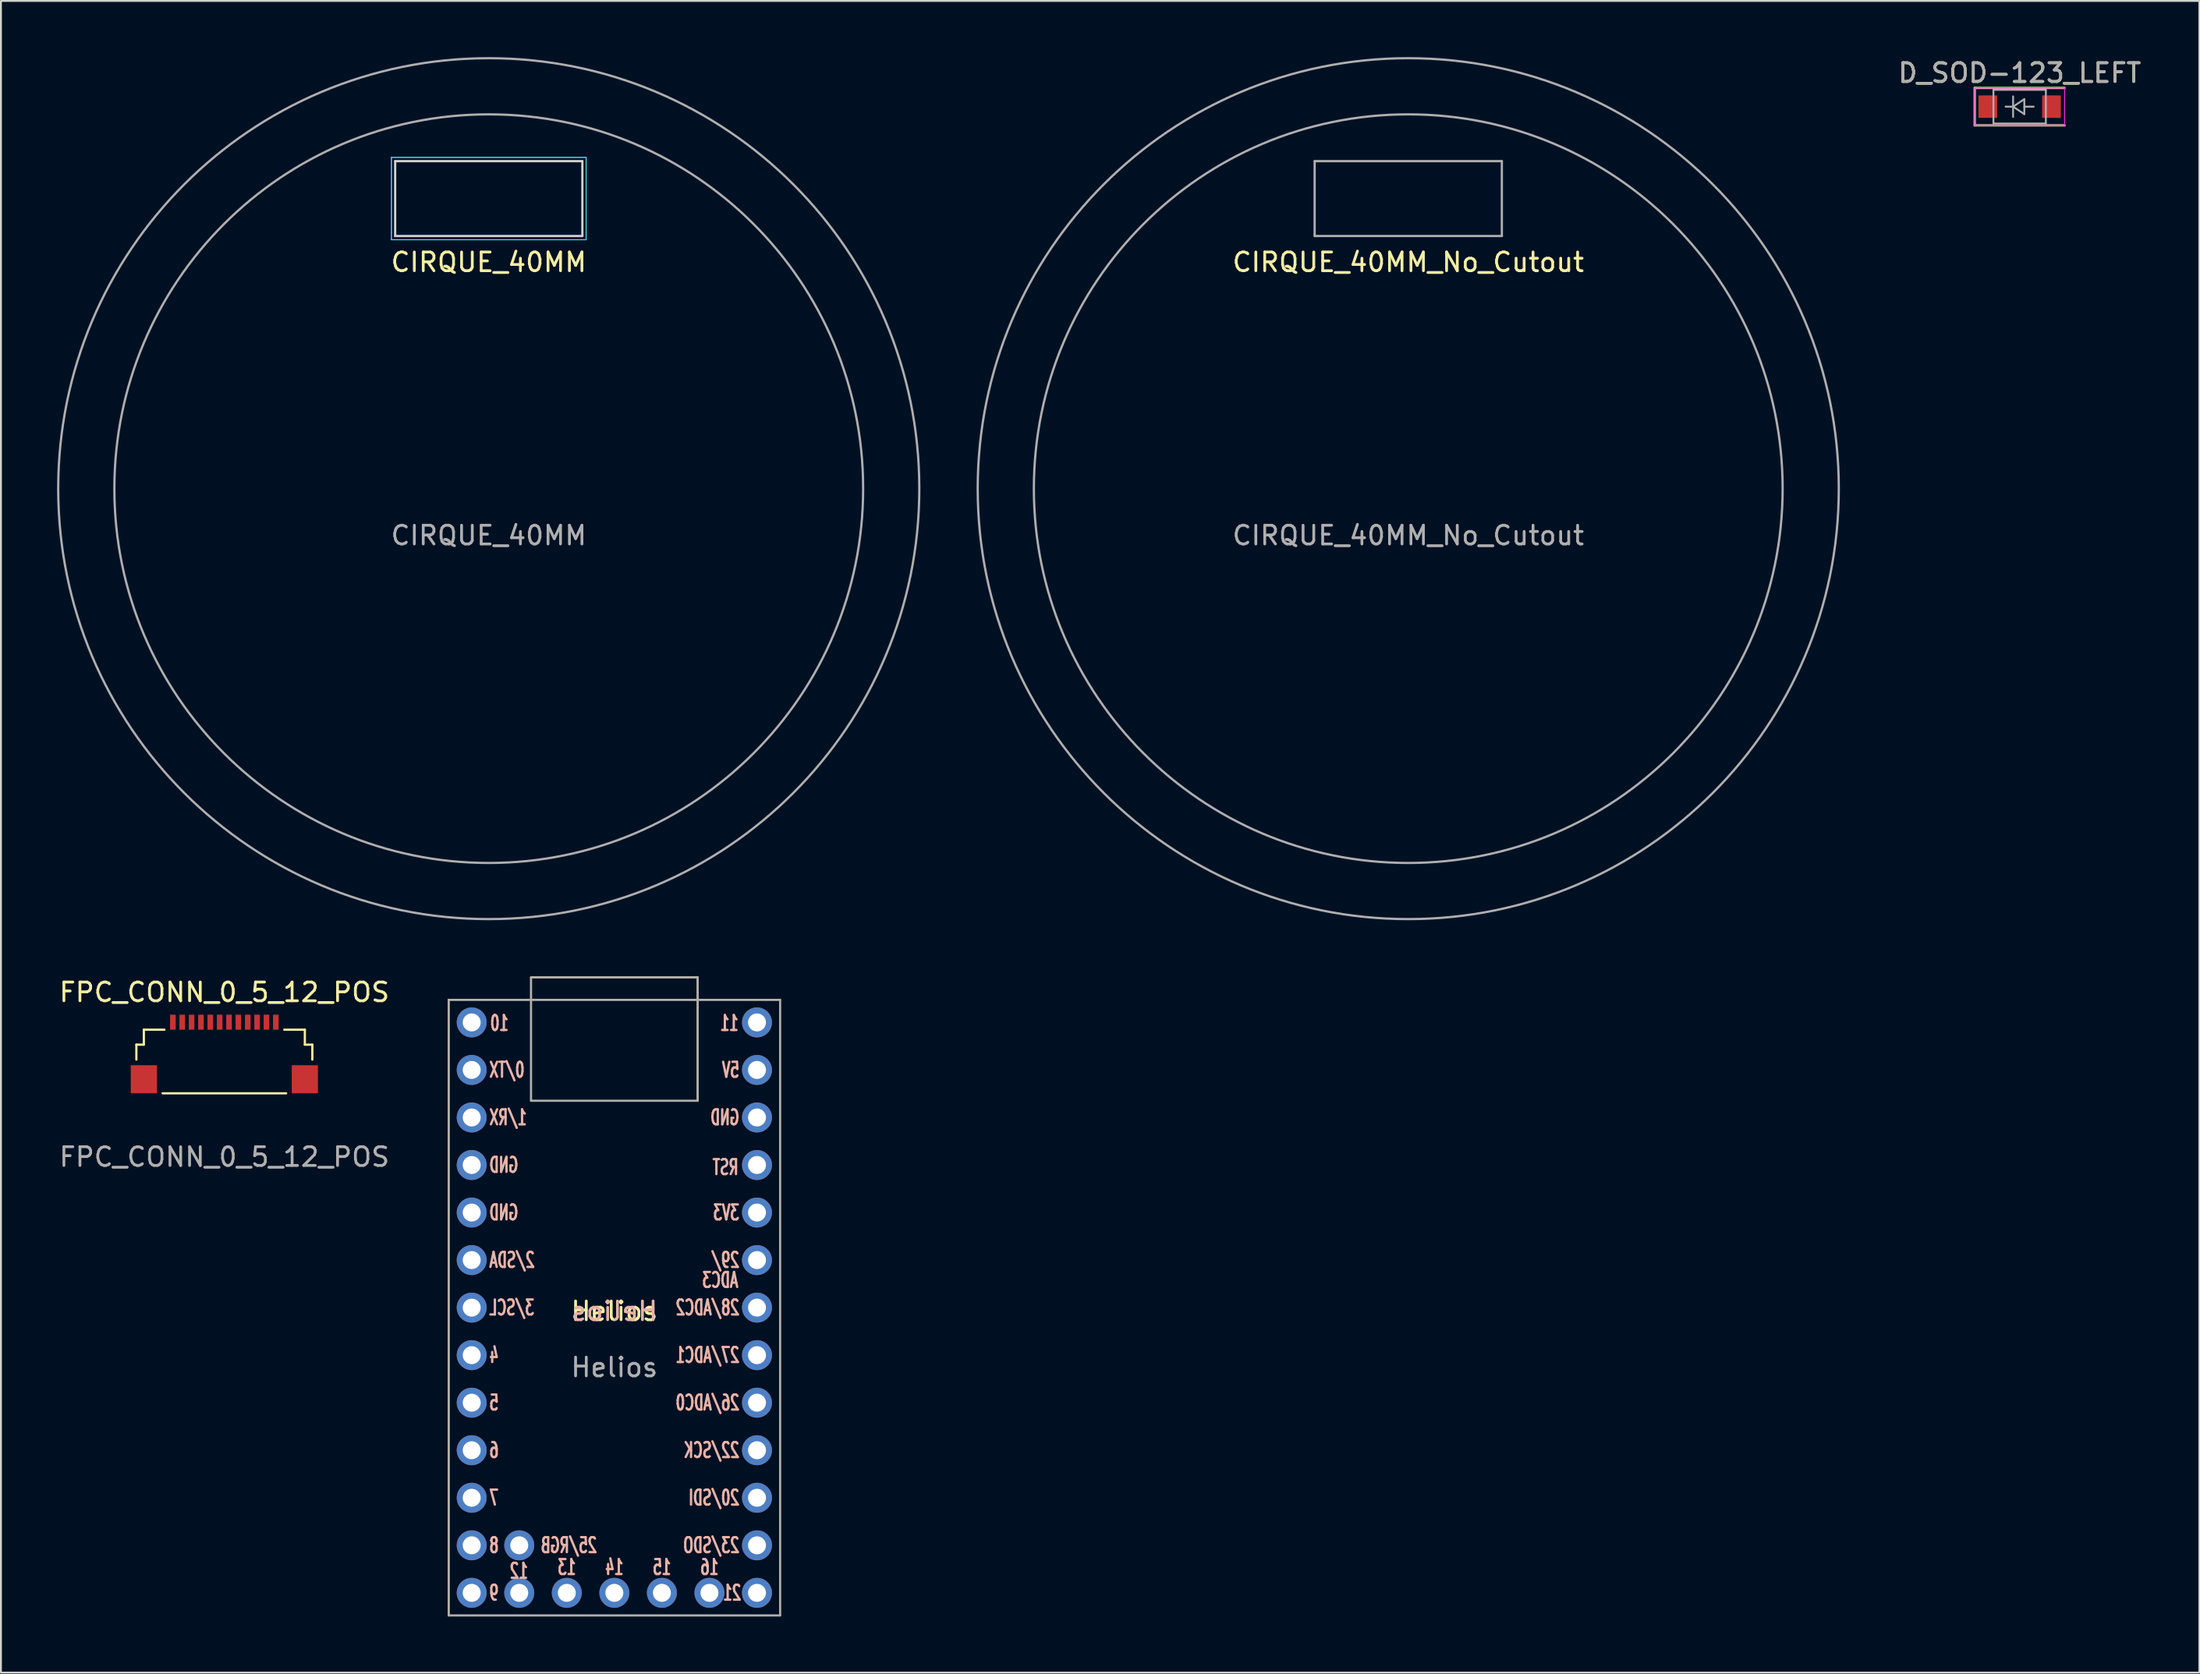
<source format=kicad_pcb>
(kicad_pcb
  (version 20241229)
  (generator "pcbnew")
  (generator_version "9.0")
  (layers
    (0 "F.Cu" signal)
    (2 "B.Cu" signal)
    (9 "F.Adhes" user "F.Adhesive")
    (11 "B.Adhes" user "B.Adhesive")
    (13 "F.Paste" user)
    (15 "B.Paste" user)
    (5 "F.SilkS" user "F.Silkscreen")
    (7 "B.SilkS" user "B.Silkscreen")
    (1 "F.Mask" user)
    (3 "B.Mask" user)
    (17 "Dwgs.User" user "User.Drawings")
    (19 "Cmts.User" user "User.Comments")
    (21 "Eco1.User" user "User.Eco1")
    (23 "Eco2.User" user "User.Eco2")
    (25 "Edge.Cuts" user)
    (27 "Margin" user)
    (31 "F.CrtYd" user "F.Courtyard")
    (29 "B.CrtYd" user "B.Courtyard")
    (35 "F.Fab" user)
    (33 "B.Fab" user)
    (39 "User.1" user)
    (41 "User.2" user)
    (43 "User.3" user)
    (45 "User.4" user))
  (footprint "CIRQUE_40MM"
    (layer "F.Cu")
    (at 23.06 23.06)
    (property "Reference" "CIRQUE_40MM" (at 0 -12.1 0) (unlocked yes) (layer "F.SilkS") (effects (font (size 1 1) (thickness 0.15))))
    (fp_line (start -5 -17.5) (end 5 -17.5) (stroke (width 0.12) (type solid)) (layer "Edge.Cuts"))
    (fp_line (start -5 -13.5) (end -5 -17.5) (stroke (width 0.12) (type solid)) (layer "Edge.Cuts"))
    (fp_line (start 5 -17.5) (end 5 -13.5) (stroke (width 0.12) (type solid)) (layer "Edge.Cuts"))
    (fp_line (start 5 -13.5) (end -5 -13.5) (stroke (width 0.12) (type solid)) (layer "Edge.Cuts"))
    (fp_line (start -5.2 -17.7) (end 5.2 -17.7) (stroke (width 0.05) (type solid)) (layer "B.CrtYd"))
    (fp_line (start -5.2 -13.3) (end -5.2 -17.7) (stroke (width 0.05) (type solid)) (layer "B.CrtYd"))
    (fp_line (start 5.2 -17.7) (end 5.2 -13.3) (stroke (width 0.05) (type solid)) (layer "B.CrtYd"))
    (fp_line (start 5.2 -13.3) (end -5.2 -13.3) (stroke (width 0.05) (type solid)) (layer "B.CrtYd"))
    (fp_line (start -5.2 -17.7) (end 5.2 -17.7) (stroke (width 0.05) (type solid)) (layer "F.CrtYd"))
    (fp_line (start -5.2 -13.3) (end -5.2 -17.7) (stroke (width 0.05) (type solid)) (layer "F.CrtYd"))
    (fp_line (start 5.2 -17.7) (end 5.2 -13.3) (stroke (width 0.05) (type solid)) (layer "F.CrtYd"))
    (fp_line (start 5.2 -13.3) (end -5.2 -13.3) (stroke (width 0.05) (type solid)) (layer "F.CrtYd"))
    (fp_circle (center 0 0) (end 20 0) (stroke (width 0.12) (type solid)) (fill no) (layer "F.Fab"))
    (fp_circle (center 0 0) (end 23 0) (stroke (width 0.12) (type solid)) (fill no) (layer "F.Fab"))
    (fp_text user "${REFERENCE}" (at 0 2.5 0) (unlocked yes) (layer "F.Fab") (effects (font (size 1 1) (thickness 0.15)))))
  (footprint "Helios"
    (layer "F.Cu")
    (at 29.769 66.82)
    (property "Reference" "Helios" (at 0 0.19 0) (unlocked yes) (layer "F.SilkS") (effects (font (size 1 1) (thickness 0.15))))
    (attr through_hole)
    (fp_line (start -8.85 -16.45) (end -8.85 16.45) (stroke (width 0.1) (type default)) (layer "F.SilkS"))
    (fp_line (start -8.85 16.45) (end 8.85 16.45) (stroke (width 0.1) (type default)) (layer "F.SilkS"))
    (fp_line (start -4.45 -17.65) (end 4.45 -17.65) (stroke (width 0.1) (type default)) (layer "F.SilkS"))
    (fp_line (start -4.45 -11.05) (end -4.45 -17.65) (stroke (width 0.1) (type default)) (layer "F.SilkS"))
    (fp_line (start 4.45 -17.65) (end 4.45 -11.05) (stroke (width 0.1) (type default)) (layer "F.SilkS"))
    (fp_line (start 4.45 -11.05) (end -4.45 -11.05) (stroke (width 0.1) (type default)) (layer "F.SilkS"))
    (fp_line (start 8.85 -16.45) (end -8.85 -16.45) (stroke (width 0.1) (type default)) (layer "F.SilkS"))
    (fp_line (start 8.85 16.45) (end 8.85 -16.45) (stroke (width 0.1) (type default)) (layer "F.SilkS"))
    (fp_line (start -8.85 -16.45) (end -8.85 16.45) (stroke (width 0.1) (type default)) (layer "F.Fab"))
    (fp_line (start -8.85 16.45) (end 8.85 16.45) (stroke (width 0.1) (type default)) (layer "F.Fab"))
    (fp_line (start -4.45 -17.65) (end 4.45 -17.65) (stroke (width 0.1) (type default)) (layer "F.Fab"))
    (fp_line (start -4.45 -11.05) (end -4.45 -17.65) (stroke (width 0.1) (type default)) (layer "F.Fab"))
    (fp_line (start 4.45 -17.65) (end 4.45 -11.05) (stroke (width 0.1) (type default)) (layer "F.Fab"))
    (fp_line (start 4.45 -11.05) (end -4.45 -11.05) (stroke (width 0.1) (type default)) (layer "F.Fab"))
    (fp_line (start 8.85 -16.45) (end -8.85 -16.45) (stroke (width 0.1) (type default)) (layer "F.Fab"))
    (fp_line (start 8.85 16.45) (end 8.85 -16.45) (stroke (width 0.1) (type default)) (layer "F.Fab"))
    (fp_text user "2/SDA" (at -6.75 -2.54 0) (layer "B.SilkS") (effects (font (size 0.8 0.5) (thickness 0.125)) (justify right mirror)))
    (fp_text user "3V3" (at 6.75 -5.08 0) (layer "B.SilkS") (effects (font (size 0.8 0.5) (thickness 0.125)) (justify left mirror)))
    (fp_text user "10" (at -6.7 -15.2 0) (layer "B.SilkS") (effects (font (size 0.8 0.5) (thickness 0.125)) (justify right mirror)))
    (fp_text user "3/SCL" (at -6.75 0 0) (layer "B.SilkS") (effects (font (size 0.8 0.5) (thickness 0.125)) (justify right mirror)))
    (fp_text user "15" (at 2.54 13.87 0) (layer "B.SilkS") (effects (font (size 0.8 0.5) (thickness 0.125)) (justify mirror)))
    (fp_text user "7" (at -6.75 10.16 0) (layer "B.SilkS") (effects (font (size 0.8 0.5) (thickness 0.125)) (justify right mirror)))
    (fp_text user "GND" (at 6.75 -10.16 0) (layer "B.SilkS") (effects (font (size 0.8 0.5) (thickness 0.125)) (justify left mirror)))
    (fp_text user "23/SDO" (at 6.75 12.7 0) (layer "B.SilkS") (effects (font (size 0.8 0.5) (thickness 0.125)) (justify left mirror)))
    (fp_text user "${REFERENCE}" (at 0 0.19 0) (unlocked yes) (layer "B.SilkS") (effects (font (size 1 1) (thickness 0.15)) (justify mirror)))
    (fp_text user "27/ADC1" (at 6.75 2.54 0) (layer "B.SilkS") (effects (font (size 0.8 0.5) (thickness 0.125)) (justify left mirror)))
    (fp_text user "ADC3" (at 6.69 -1.47 0) (layer "B.SilkS") (effects (font (size 0.8 0.5) (thickness 0.125)) (justify left mirror)))
    (fp_text user "21" (at 6.85 15.24 0) (layer "B.SilkS") (effects (font (size 0.8 0.5) (thickness 0.125)) (justify left mirror)))
    (fp_text user "GND" (at -6.75 -5.08 0) (layer "B.SilkS") (effects (font (size 0.8 0.5) (thickness 0.125)) (justify right mirror)))
    (fp_text user "13" (at -2.54 13.87 0) (layer "B.SilkS") (effects (font (size 0.8 0.5) (thickness 0.125)) (justify mirror)))
    (fp_text user "11" (at 6.7 -15.2 0) (unlocked yes) (layer "B.SilkS") (effects (font (size 0.8 0.5) (thickness 0.125)) (justify left mirror)))
    (fp_text user "12" (at -5.1 14.07 0) (layer "B.SilkS") (effects (font (size 0.8 0.5) (thickness 0.125)) (justify mirror)))
    (fp_text user "8" (at -6.75 12.7 0) (layer "B.SilkS") (effects (font (size 0.8 0.5) (thickness 0.125)) (justify right mirror)))
    (fp_text user "20/SDI" (at 6.75 10.16 0) (layer "B.SilkS") (effects (font (size 0.8 0.5) (thickness 0.125)) (justify left mirror)))
    (fp_text user "4" (at -6.75 2.54 0) (layer "B.SilkS") (effects (font (size 0.8 0.5) (thickness 0.125)) (justify right mirror)))
    (fp_text user "22/SCK" (at 6.75 7.62 0) (layer "B.SilkS") (effects (font (size 0.8 0.5) (thickness 0.125)) (justify left mirror)))
    (fp_text user "6" (at -6.75 7.62 0) (layer "B.SilkS") (effects (font (size 0.8 0.5) (thickness 0.125)) (justify right mirror)))
    (fp_text user "29/" (at 6.75 -2.54 0) (layer "B.SilkS") (effects (font (size 0.8 0.5) (thickness 0.125)) (justify left mirror)))
    (fp_text user "9" (at -6.75 15.24 0) (layer "B.SilkS") (effects (font (size 0.8 0.5) (thickness 0.125)) (justify right mirror)))
    (fp_text user "5" (at -6.75 5.08 0) (layer "B.SilkS") (effects (font (size 0.8 0.5) (thickness 0.125)) (justify right mirror)))
    (fp_text user "26/ADC0" (at 6.75 5.08 0) (layer "B.SilkS") (effects (font (size 0.8 0.5) (thickness 0.125)) (justify left mirror)))
    (fp_text user "GND" (at -6.75 -7.62 0) (layer "B.SilkS") (effects (font (size 0.8 0.5) (thickness 0.125)) (justify right mirror)))
    (fp_text user "16" (at 5.08 13.87 0) (layer "B.SilkS") (effects (font (size 0.8 0.5) (thickness 0.125)) (justify mirror)))
    (fp_text user "14" (at 0 13.87 0) (layer "B.SilkS") (effects (font (size 0.8 0.5) (thickness 0.125)) (justify mirror)))
    (fp_text user "0/TX" (at -6.75 -12.7 0) (layer "B.SilkS") (effects (font (size 0.8 0.5) (thickness 0.125)) (justify right mirror)))
    (fp_text user "1/RX" (at -6.75 -10.16 0) (layer "B.SilkS") (effects (font (size 0.8 0.5) (thickness 0.125)) (justify right mirror)))
    (fp_text user "5V" (at 6.75 -12.7 0) (unlocked yes) (layer "B.SilkS") (effects (font (size 0.8 0.5) (thickness 0.125)) (justify left mirror)))
    (fp_text user "28/ADC2" (at 6.75 0 0) (layer "B.SilkS") (effects (font (size 0.8 0.5) (thickness 0.125)) (justify left mirror)))
    (fp_text user "25/RGB" (at -4 12.7 0) (layer "B.SilkS") (effects (font (size 0.8 0.5) (thickness 0.125)) (justify right mirror)))
    (fp_text user "RST" (at 6.7 -7.5 0) (layer "B.SilkS") (effects (font (size 0.8 0.5) (thickness 0.125)) (justify left mirror)))
    (fp_text user "${REFERENCE}" (at 0 3.19 0) (unlocked yes) (layer "F.Fab") (effects (font (size 1 1) (thickness 0.15))))
    (pad "1" thru_hole circle (at -7.62 -15.24) (size 1.6 1.6) (drill 0.96) (layers "*.Cu" "*.Mask"))
    (pad "2" thru_hole circle (at -7.62 -12.7) (size 1.6 1.6) (drill 0.96) (layers "*.Cu" "*.Mask"))
    (pad "3" thru_hole circle (at -7.62 -10.16) (size 1.6 1.6) (drill 0.96) (layers "*.Cu" "*.Mask"))
    (pad "4" thru_hole circle (at -7.62 -7.62) (size 1.6 1.6) (drill 0.96) (layers "*.Cu" "*.Mask"))
    (pad "5" thru_hole circle (at -7.62 -5.08) (size 1.6 1.6) (drill 0.96) (layers "*.Cu" "*.Mask"))
    (pad "6" thru_hole circle (at -7.62 -2.54) (size 1.6 1.6) (drill 0.96) (layers "*.Cu" "*.Mask"))
    (pad "7" thru_hole circle (at -7.62 0) (size 1.6 1.6) (drill 0.96) (layers "*.Cu" "*.Mask"))
    (pad "8" thru_hole circle (at -7.62 2.54) (size 1.6 1.6) (drill 0.96) (layers "*.Cu" "*.Mask"))
    (pad "9" thru_hole circle (at -7.62 5.08) (size 1.6 1.6) (drill 0.96) (layers "*.Cu" "*.Mask"))
    (pad "10" thru_hole circle (at -7.62 7.62) (size 1.6 1.6) (drill 0.96) (layers "*.Cu" "*.Mask"))
    (pad "11" thru_hole circle (at -7.62 10.16) (size 1.6 1.6) (drill 0.96) (layers "*.Cu" "*.Mask"))
    (pad "12" thru_hole circle (at -7.62 12.7) (size 1.6 1.6) (drill 0.96) (layers "*.Cu" "*.Mask"))
    (pad "13" thru_hole circle (at -7.62 15.24) (size 1.6 1.6) (drill 0.96) (layers "*.Cu" "*.Mask"))
    (pad "14" thru_hole circle (at -5.08 15.24) (size 1.6 1.6) (drill 0.96) (layers "*.Cu" "*.Mask"))
    (pad "15" thru_hole circle (at -2.54 15.24) (size 1.6 1.6) (drill 0.96) (layers "*.Cu" "*.Mask"))
    (pad "16" thru_hole circle (at 0 15.24) (size 1.6 1.6) (drill 0.96) (layers "*.Cu" "*.Mask"))
    (pad "17" thru_hole circle (at 2.54 15.24) (size 1.6 1.6) (drill 0.96) (layers "*.Cu" "*.Mask"))
    (pad "18" thru_hole circle (at 5.08 15.24) (size 1.6 1.6) (drill 0.96) (layers "*.Cu" "*.Mask"))
    (pad "19" thru_hole circle (at 7.62 15.24) (size 1.6 1.6) (drill 0.96) (layers "*.Cu" "*.Mask"))
    (pad "20" thru_hole circle (at 7.62 12.7) (size 1.6 1.6) (drill 0.96) (layers "*.Cu" "*.Mask"))
    (pad "21" thru_hole circle (at 7.62 10.16) (size 1.6 1.6) (drill 0.96) (layers "*.Cu" "*.Mask"))
    (pad "22" thru_hole circle (at 7.62 7.62) (size 1.6 1.6) (drill 0.96) (layers "*.Cu" "*.Mask"))
    (pad "23" thru_hole circle (at 7.62 5.08) (size 1.6 1.6) (drill 0.96) (layers "*.Cu" "*.Mask"))
    (pad "24" thru_hole circle (at 7.62 2.54) (size 1.6 1.6) (drill 0.96) (layers "*.Cu" "*.Mask"))
    (pad "25" thru_hole circle (at 7.62 0) (size 1.6 1.6) (drill 0.96) (layers "*.Cu" "*.Mask"))
    (pad "26" thru_hole circle (at 7.62 -2.54) (size 1.6 1.6) (drill 0.96) (layers "*.Cu" "*.Mask"))
    (pad "27" thru_hole circle (at 7.62 -5.08) (size 1.6 1.6) (drill 0.96) (layers "*.Cu" "*.Mask"))
    (pad "28" thru_hole circle (at 7.62 -7.62) (size 1.6 1.6) (drill 0.96) (layers "*.Cu" "*.Mask"))
    (pad "29" thru_hole circle (at 7.62 -10.16) (size 1.6 1.6) (drill 0.96) (layers "*.Cu" "*.Mask"))
    (pad "30" thru_hole circle (at 7.62 -12.7) (size 1.6 1.6) (drill 0.96) (layers "*.Cu" "*.Mask"))
    (pad "31" thru_hole circle (at 7.62 -15.24) (size 1.6 1.6) (drill 0.96) (layers "*.Cu" "*.Mask"))
    (pad "32" thru_hole circle (at -5.08 12.7) (size 1.6 1.6) (drill 0.96) (layers "*.Cu" "*.Mask")))
  (footprint "CIRQUE_40MM_No_Cutout"
    (layer "F.Cu")
    (at 72.18 23.06)
    (property "Reference" "CIRQUE_40MM_No_Cutout" (at 0 -12.1 0) (unlocked yes) (layer "F.SilkS") (effects (font (size 1 1) (thickness 0.15))))
    (fp_line (start -5 -17.5) (end 5 -17.5) (stroke (width 0.12) (type solid)) (layer "F.Fab"))
    (fp_line (start -5 -13.5) (end -5 -17.5) (stroke (width 0.12) (type solid)) (layer "F.Fab"))
    (fp_line (start 5 -17.5) (end 5 -13.5) (stroke (width 0.12) (type solid)) (layer "F.Fab"))
    (fp_line (start 5 -13.5) (end -5 -13.5) (stroke (width 0.12) (type solid)) (layer "F.Fab"))
    (fp_circle (center 0 0) (end 20 0) (stroke (width 0.12) (type solid)) (fill no) (layer "F.Fab"))
    (fp_circle (center 0 0) (end 23 0) (stroke (width 0.12) (type solid)) (fill no) (layer "F.Fab"))
    (fp_text user "${REFERENCE}" (at 0 2.5 0) (unlocked yes) (layer "F.Fab") (effects (font (size 1 1) (thickness 0.15)))))
  (footprint "FPC_CONN_0_5_12_POS"
    (layer "F.Cu")
    (at 8.935 51.568)
    (property "Reference" "FPC_CONN_0_5_12_POS" (at 0 -1.6 0) (unlocked yes) (layer "F.SilkS") (effects (font (size 1 1) (thickness 0.15))))
    (attr smd)
    (fp_line (start -4.7 1.2) (end -4.3 1.2) (stroke (width 0.12) (type solid)) (layer "F.SilkS"))
    (fp_line (start -4.7 2) (end -4.7 1.2) (stroke (width 0.12) (type solid)) (layer "F.SilkS"))
    (fp_line (start -4.3 0.4) (end -3.2 0.4) (stroke (width 0.12) (type solid)) (layer "F.SilkS"))
    (fp_line (start -4.3 1.2) (end -4.3 0.4) (stroke (width 0.12) (type solid)) (layer "F.SilkS"))
    (fp_line (start -3.3 3.8) (end 3.3 3.8) (stroke (width 0.12) (type solid)) (layer "F.SilkS"))
    (fp_line (start 4.3 0.4) (end 3.2 0.4) (stroke (width 0.12) (type solid)) (layer "F.SilkS"))
    (fp_line (start 4.3 1.2) (end 4.3 0.4) (stroke (width 0.12) (type solid)) (layer "F.SilkS"))
    (fp_line (start 4.7 1.2) (end 4.3 1.2) (stroke (width 0.12) (type solid)) (layer "F.SilkS"))
    (fp_line (start 4.7 2) (end 4.7 1.2) (stroke (width 0.12) (type solid)) (layer "F.SilkS"))
    (fp_text user "${REFERENCE}" (at 0 7.2 0) (unlocked yes) (layer "F.Fab") (effects (font (size 1 1) (thickness 0.15))))
    (pad "" smd rect (at -4.3 3.05) (size 1.4 1.5) (layers "F.Cu" "F.Mask" "F.Paste"))
    (pad "" smd rect (at 4.3 3.05) (size 1.4 1.5) (layers "F.Cu" "F.Mask" "F.Paste"))
    (pad "1" smd rect (at 2.75 0) (size 0.3 0.8) (layers "F.Cu" "F.Mask" "F.Paste"))
    (pad "2" smd rect (at 2.25 0) (size 0.3 0.8) (layers "F.Cu" "F.Mask" "F.Paste"))
    (pad "3" smd rect (at 1.75 0) (size 0.3 0.8) (layers "F.Cu" "F.Mask" "F.Paste"))
    (pad "4" smd rect (at 1.25 0) (size 0.3 0.8) (layers "F.Cu" "F.Mask" "F.Paste"))
    (pad "5" smd rect (at 0.75 0) (size 0.3 0.8) (layers "F.Cu" "F.Mask" "F.Paste"))
    (pad "6" smd rect (at 0.25 0) (size 0.3 0.8) (layers "F.Cu" "F.Mask" "F.Paste"))
    (pad "7" smd rect (at -0.25 0) (size 0.3 0.8) (layers "F.Cu" "F.Mask" "F.Paste"))
    (pad "8" smd rect (at -0.75 0) (size 0.3 0.8) (layers "F.Cu" "F.Mask" "F.Paste"))
    (pad "9" smd rect (at -1.25 0) (size 0.3 0.8) (layers "F.Cu" "F.Mask" "F.Paste"))
    (pad "10" smd rect (at -1.75 0) (size 0.3 0.8) (layers "F.Cu" "F.Mask" "F.Paste"))
    (pad "11" smd rect (at -2.25 0) (size 0.3 0.8) (layers "F.Cu" "F.Mask" "F.Paste"))
    (pad "12" smd rect (at -2.75 0) (size 0.3 0.8) (layers "F.Cu" "F.Mask" "F.Paste")))
  (footprint "D_SOD-123_LEFT"
    (layer "F.Cu")
    (at 104.841 2.648)
    (property "Reference" "D_SOD-123_LEFT" (at 0 -1.8 0) (unlocked yes) (layer "F.SilkS") (effects (font (size 1 1) (thickness 0.15))))
    (attr smd)
    (fp_line (start -2.4 -1) (end -2.4 1) (stroke (width 0.12) (type default)) (layer "F.SilkS"))
    (fp_line (start -2.4 -1) (end 2.4 -1) (stroke (width 0.12) (type default)) (layer "F.SilkS"))
    (fp_line (start -2.4 1) (end 2.4 1) (stroke (width 0.12) (type default)) (layer "F.SilkS"))
    (fp_line (start -2.4 -1) (end -2.4 1) (stroke (width 0.05) (type default)) (layer "F.CrtYd"))
    (fp_line (start -2.4 -1) (end 2.4 -1) (stroke (width 0.05) (type default)) (layer "F.CrtYd"))
    (fp_line (start -2.4 1) (end 2.4 1) (stroke (width 0.05) (type default)) (layer "F.CrtYd"))
    (fp_line (start 2.4 1) (end 2.4 -1) (stroke (width 0.05) (type default)) (layer "F.CrtYd"))
    (fp_line (start -1.4 -0.9) (end 1.4 -0.9) (stroke (width 0.1) (type solid)) (layer "F.Fab"))
    (fp_line (start -1.4 0.9) (end -1.4 -0.9) (stroke (width 0.1) (type solid)) (layer "F.Fab"))
    (fp_line (start -0.75 0) (end -0.35 0) (stroke (width 0.1) (type solid)) (layer "F.Fab"))
    (fp_line (start -0.35 0) (end -0.35 -0.55) (stroke (width 0.1) (type solid)) (layer "F.Fab"))
    (fp_line (start -0.35 0) (end -0.35 0.55) (stroke (width 0.1) (type solid)) (layer "F.Fab"))
    (fp_line (start -0.35 0) (end 0.25 -0.4) (stroke (width 0.1) (type solid)) (layer "F.Fab"))
    (fp_line (start 0.25 -0.4) (end 0.25 0.4) (stroke (width 0.1) (type solid)) (layer "F.Fab"))
    (fp_line (start 0.25 0) (end 0.75 0) (stroke (width 0.1) (type solid)) (layer "F.Fab"))
    (fp_line (start 0.25 0.4) (end -0.35 0) (stroke (width 0.1) (type solid)) (layer "F.Fab"))
    (fp_line (start 1.4 -0.9) (end 1.4 0.9) (stroke (width 0.1) (type solid)) (layer "F.Fab"))
    (fp_line (start 1.4 0.9) (end -1.4 0.9) (stroke (width 0.1) (type solid)) (layer "F.Fab"))
    (fp_text user "${REFERENCE}" (at 0 -1.8 0) (unlocked yes) (layer "F.Fab") (effects (font (size 1 1) (thickness 0.15))))
    (pad "1" smd rect (at -1.7 0) (size 1 1.2) (layers "F.Cu" "F.Mask" "F.Paste"))
    (pad "2" smd rect (at 1.7 0) (size 1 1.2) (layers "F.Cu" "F.Mask" "F.Paste")))
  (gr_rect
    (start -3 -3)
    (end 114.442 86.32)
    (stroke (width 0.1) (type default))
    (fill no)
    (layer "Edge.Cuts")))
</source>
